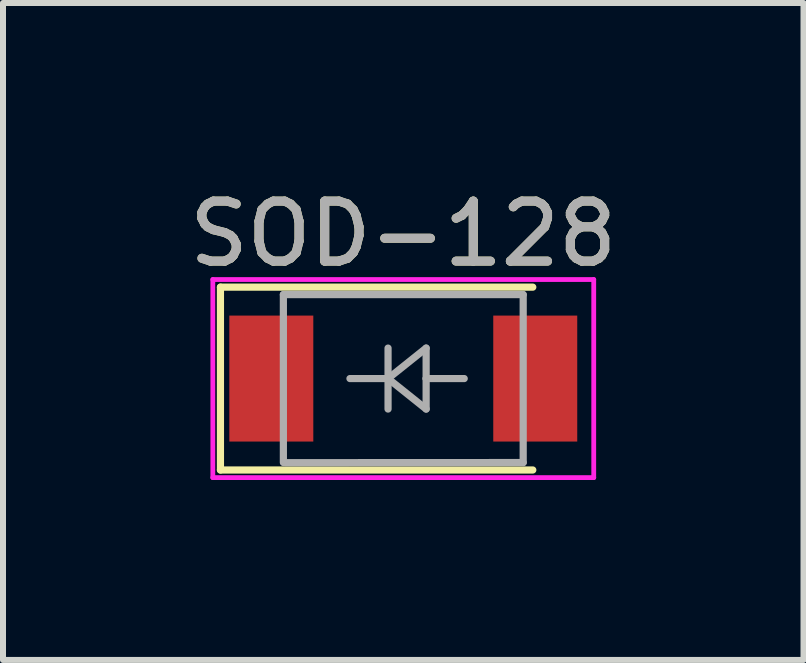
<source format=kicad_pcb>
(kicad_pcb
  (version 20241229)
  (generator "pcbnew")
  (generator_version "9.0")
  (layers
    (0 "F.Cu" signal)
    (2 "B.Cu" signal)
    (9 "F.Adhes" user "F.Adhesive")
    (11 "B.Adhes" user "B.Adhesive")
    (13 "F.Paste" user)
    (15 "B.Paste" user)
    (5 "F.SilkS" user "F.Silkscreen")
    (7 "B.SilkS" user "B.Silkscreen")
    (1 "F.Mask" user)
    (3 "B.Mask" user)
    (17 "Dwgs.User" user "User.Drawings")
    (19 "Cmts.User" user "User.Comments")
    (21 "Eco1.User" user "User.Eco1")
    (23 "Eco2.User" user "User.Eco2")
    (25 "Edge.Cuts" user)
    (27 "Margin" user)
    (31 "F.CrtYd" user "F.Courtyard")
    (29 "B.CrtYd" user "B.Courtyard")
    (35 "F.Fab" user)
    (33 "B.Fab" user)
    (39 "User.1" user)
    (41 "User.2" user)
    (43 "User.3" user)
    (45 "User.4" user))
  (footprint "SOD-128"
    (layer "F.Cu")
    (at 3.673 3.261)
    (property "Reference" "SOD-128" (at 0 -2.413 0) (layer "F.Fab") (effects (font (size 1 1) (thickness 0.15))))
    (attr smd)
    (fp_line (start -3.048 -1.524) (end -3.048 1.524) (stroke (width 0.12) (type solid)) (layer "F.SilkS"))
    (fp_line (start 2.159 -1.524) (end -3.048 -1.524) (stroke (width 0.12) (type solid)) (layer "F.SilkS"))
    (fp_line (start 2.159 1.524) (end -3.048 1.524) (stroke (width 0.12) (type solid)) (layer "F.SilkS"))
    (fp_line (start -3.175 -1.651) (end 3.175 -1.651) (stroke (width 0.08) (type solid)) (layer "F.CrtYd"))
    (fp_line (start -3.175 1.651) (end -3.175 -1.651) (stroke (width 0.08) (type solid)) (layer "F.CrtYd"))
    (fp_line (start 3.175 -1.651) (end 3.175 1.651) (stroke (width 0.08) (type solid)) (layer "F.CrtYd"))
    (fp_line (start 3.175 1.651) (end -3.175 1.651) (stroke (width 0.08) (type solid)) (layer "F.CrtYd"))
    (fp_line (start -1.999 -1.4) (end -1.999 1.4) (stroke (width 0.12) (type solid)) (layer "F.Fab"))
    (fp_line (start -1.966 1.402) (end 1.999 1.4) (stroke (width 0.12) (type solid)) (layer "F.Fab"))
    (fp_line (start -0.254 -0.508) (end -0.254 0.508) (stroke (width 0.12) (type solid)) (layer "F.Fab"))
    (fp_line (start -0.254 0) (end -0.889 0) (stroke (width 0.12) (type solid)) (layer "F.Fab"))
    (fp_line (start -0.254 0) (end 0.381 0.508) (stroke (width 0.12) (type solid)) (layer "F.Fab"))
    (fp_line (start 0.381 -0.508) (end -0.254 0) (stroke (width 0.12) (type solid)) (layer "F.Fab"))
    (fp_line (start 0.381 0) (end 0.381 -0.508) (stroke (width 0.12) (type solid)) (layer "F.Fab"))
    (fp_line (start 0.381 0.508) (end 0.381 0) (stroke (width 0.12) (type solid)) (layer "F.Fab"))
    (fp_line (start 1.016 0) (end 0.381 0) (stroke (width 0.12) (type solid)) (layer "F.Fab"))
    (fp_line (start 1.999 -1.4) (end -1.999 -1.4) (stroke (width 0.12) (type solid)) (layer "F.Fab"))
    (fp_line (start 1.999 1.4) (end 1.999 -1.4) (stroke (width 0.12) (type solid)) (layer "F.Fab"))
    (fp_text user "${REFERENCE}" (at 0 -2.413 0) (layer "F.SilkS") (effects (font (size 1 1) (thickness 0.15))))
    (pad "1" smd rect (at -2.2 0) (size 1.4 2.1) (layers "F.Cu" "F.Mask" "F.Paste"))
    (pad "2" smd rect (at 2.2 0) (size 1.4 2.1) (layers "F.Cu" "F.Mask" "F.Paste")))
  (gr_rect
    (start -3 -3)
    (end 10.345 7.952)
    (stroke (width 0.1) (type default))
    (fill no)
    (layer "Edge.Cuts")))
</source>
